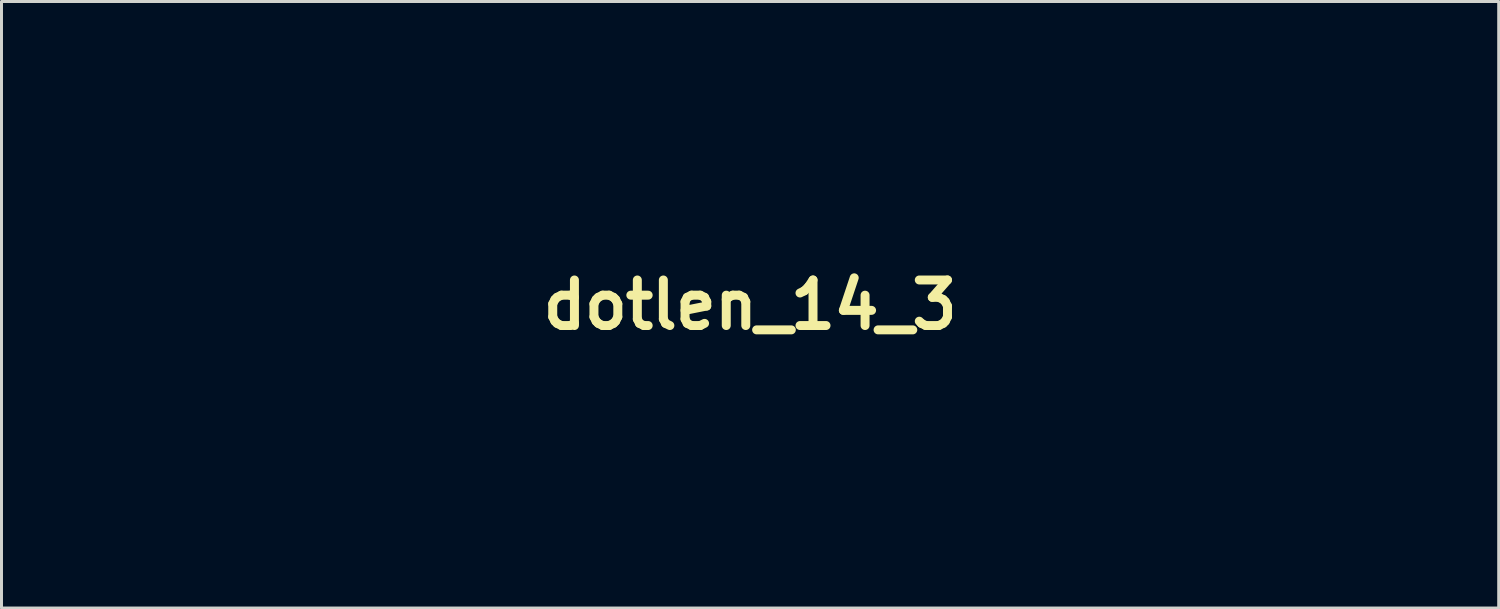
<source format=kicad_pcb>
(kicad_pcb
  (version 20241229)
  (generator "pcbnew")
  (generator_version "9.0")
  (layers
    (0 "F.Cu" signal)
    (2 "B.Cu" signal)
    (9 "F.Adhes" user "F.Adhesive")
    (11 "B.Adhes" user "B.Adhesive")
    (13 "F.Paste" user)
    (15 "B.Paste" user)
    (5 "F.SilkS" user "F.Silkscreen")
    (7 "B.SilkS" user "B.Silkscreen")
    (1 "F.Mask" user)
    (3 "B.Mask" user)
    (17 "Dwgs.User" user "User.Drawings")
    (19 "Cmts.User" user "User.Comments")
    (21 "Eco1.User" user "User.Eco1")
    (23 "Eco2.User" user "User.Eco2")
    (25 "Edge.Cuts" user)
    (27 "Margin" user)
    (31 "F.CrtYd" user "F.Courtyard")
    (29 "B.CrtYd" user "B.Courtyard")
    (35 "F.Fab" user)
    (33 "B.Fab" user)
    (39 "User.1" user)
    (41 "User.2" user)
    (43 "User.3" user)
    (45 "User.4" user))
  (footprint "dotlen_14_3"
    (layer "F.Cu")
    (at 22.049 7.153)
    (property "Reference" "dotlen_14_3" (at 0 0 0) (layer "F.SilkS") (effects (font (size 1.524 1.524) (thickness 0.3))))
    (attr through_hole)
    (fp_poly (pts (xy 18.709 6.604) (xy 17.678 6.604) (xy 17.366 6.603) (xy 17.121 6.601) (xy 16.935 6.597) (xy 16.803 6.591) (xy 16.718 6.583) (xy 16.675 6.572) (xy 16.665 6.559) (xy 16.665 6.559) (xy 16.683 6.518) (xy 16.728 6.418) (xy 16.798 6.263) (xy 16.89 6.059) (xy 17.001 5.813) (xy 17.128 5.53) (xy 17.27 5.217) (xy 17.423 4.879) (xy 17.582 4.527) (xy 18.481 2.54) (xy 20.893 2.54) (xy 18.709 6.604)) (stroke (width 0.01) (type solid)) (fill no) (layer "Eco2.User"))
    (fp_poly (pts (xy -20.519 4.976) (xy -20.292 5.041) (xy -20.097 5.156) (xy -19.946 5.294) (xy -19.791 5.495) (xy -19.701 5.704) (xy -19.671 5.938) (xy -19.675 6.051) (xy -19.728 6.328) (xy -19.843 6.568) (xy -20.018 6.77) (xy -20.253 6.929) (xy -20.317 6.961) (xy -20.514 7.026) (xy -20.745 7.063) (xy -20.986 7.071) (xy -21.208 7.049) (xy -21.343 7.013) (xy -21.584 6.894) (xy -21.787 6.735) (xy -21.936 6.551) (xy -21.94 6.544) (xy -21.993 6.446) (xy -22.024 6.358) (xy -22.039 6.253) (xy -22.043 6.107) (xy -22.044 6.06) (xy -22.041 5.898) (xy -22.028 5.783) (xy -22 5.688) (xy -21.952 5.586) (xy -21.935 5.555) (xy -21.768 5.324) (xy -21.555 5.148) (xy -21.297 5.028) (xy -20.997 4.965) (xy -20.792 4.955) (xy -20.519 4.976)) (stroke (width 0.01) (type solid)) (fill no) (layer "Eco2.User"))
    (fp_poly (pts (xy 20.961 -3.731) (xy 21.248 -3.645) (xy 21.513 -3.504) (xy 21.677 -3.374) (xy 21.789 -3.25) (xy 21.895 -3.101) (xy 21.943 -3.017) (xy 21.994 -2.904) (xy 22.024 -2.802) (xy 22.039 -2.684) (xy 22.043 -2.525) (xy 22.044 -2.486) (xy 22.04 -2.311) (xy 22.026 -2.183) (xy 21.998 -2.074) (xy 21.95 -1.959) (xy 21.949 -1.958) (xy 21.784 -1.688) (xy 21.569 -1.467) (xy 21.309 -1.298) (xy 21.009 -1.186) (xy 20.677 -1.132) (xy 20.525 -1.129) (xy 20.364 -1.134) (xy 20.213 -1.147) (xy 20.099 -1.163) (xy 20.088 -1.165) (xy 19.922 -1.222) (xy 19.74 -1.311) (xy 19.568 -1.417) (xy 19.434 -1.527) (xy 19.406 -1.555) (xy 19.326 -1.663) (xy 19.243 -1.801) (xy 19.199 -1.885) (xy 19.15 -2.005) (xy 19.121 -2.118) (xy 19.109 -2.253) (xy 19.107 -2.395) (xy 19.113 -2.569) (xy 19.13 -2.701) (xy 19.166 -2.823) (xy 19.212 -2.931) (xy 19.363 -3.183) (xy 19.564 -3.391) (xy 19.805 -3.555) (xy 20.075 -3.673) (xy 20.365 -3.743) (xy 20.664 -3.763) (xy 20.961 -3.731)) (stroke (width 0.01) (type solid)) (fill no) (layer "Eco2.User"))
    (fp_poly (pts (xy 16.28 -6.813) (xy 16.391 -6.619) (xy 16.515 -6.372) (xy 16.645 -6.088) (xy 16.774 -5.782) (xy 16.895 -5.471) (xy 16.995 -5.187) (xy 17.225 -4.387) (xy 17.391 -3.558) (xy 17.493 -2.711) (xy 17.53 -1.852) (xy 17.502 -0.992) (xy 17.408 -0.138) (xy 17.395 -0.054) (xy 17.222 0.814) (xy 16.978 1.664) (xy 16.664 2.494) (xy 16.28 3.306) (xy 15.828 4.098) (xy 15.306 4.87) (xy 14.715 5.621) (xy 14.056 6.351) (xy 13.797 6.613) (xy 13.293 7.112) (xy 12.216 7.112) (xy 11.945 7.111) (xy 11.699 7.108) (xy 11.487 7.104) (xy 11.318 7.098) (xy 11.2 7.091) (xy 11.144 7.083) (xy 11.14 7.081) (xy 11.163 7.044) (xy 11.227 6.965) (xy 11.321 6.856) (xy 11.438 6.726) (xy 11.454 6.709) (xy 12.072 6.009) (xy 12.64 5.305) (xy 13.153 4.604) (xy 13.608 3.91) (xy 14 3.231) (xy 14.142 2.957) (xy 14.433 2.324) (xy 14.692 1.649) (xy 14.914 0.954) (xy 15.092 0.261) (xy 15.218 -0.41) (xy 15.22 -0.424) (xy 15.304 -1.163) (xy 15.338 -1.916) (xy 15.324 -2.674) (xy 15.263 -3.426) (xy 15.157 -4.164) (xy 15.006 -4.877) (xy 14.812 -5.556) (xy 14.577 -6.19) (xy 14.383 -6.612) (xy 14.315 -6.749) (xy 14.262 -6.861) (xy 14.23 -6.931) (xy 14.224 -6.948) (xy 14.259 -6.953) (xy 14.357 -6.957) (xy 14.508 -6.961) (xy 14.705 -6.964) (xy 14.936 -6.966) (xy 15.194 -6.967) (xy 15.203 -6.967) (xy 16.183 -6.967) (xy 16.28 -6.813)) (stroke (width 0.01) (type solid)) (fill no) (layer "Eco2.User"))
    (fp_poly (pts (xy 12.647 -6.967) (xy 12.892 -6.966) (xy 13.08 -6.964) (xy 13.216 -6.96) (xy 13.309 -6.955) (xy 13.365 -6.947) (xy 13.392 -6.936) (xy 13.396 -6.922) (xy 13.386 -6.904) (xy 13.386 -6.903) (xy 13.34 -6.85) (xy 13.259 -6.759) (xy 13.156 -6.646) (xy 13.1 -6.586) (xy 12.406 -5.802) (xy 11.784 -5.018) (xy 11.231 -4.23) (xy 10.747 -3.436) (xy 10.331 -2.633) (xy 9.98 -1.819) (xy 9.694 -0.991) (xy 9.471 -0.147) (xy 9.319 0.653) (xy 9.295 0.819) (xy 9.276 0.973) (xy 9.262 1.127) (xy 9.251 1.294) (xy 9.245 1.487) (xy 9.24 1.717) (xy 9.239 1.997) (xy 9.238 2.268) (xy 9.239 2.598) (xy 9.241 2.867) (xy 9.246 3.089) (xy 9.253 3.275) (xy 9.264 3.438) (xy 9.279 3.589) (xy 9.299 3.742) (xy 9.318 3.87) (xy 9.452 4.606) (xy 9.613 5.28) (xy 9.803 5.896) (xy 10.024 6.459) (xy 10.176 6.781) (xy 10.237 6.906) (xy 10.282 7.009) (xy 10.304 7.069) (xy 10.305 7.075) (xy 10.269 7.088) (xy 10.162 7.098) (xy 9.984 7.105) (xy 9.736 7.11) (xy 9.421 7.112) (xy 9.343 7.112) (xy 8.38 7.112) (xy 8.269 6.94) (xy 8.162 6.757) (xy 8.042 6.523) (xy 7.916 6.258) (xy 7.794 5.979) (xy 7.684 5.706) (xy 7.621 5.534) (xy 7.366 4.69) (xy 7.181 3.833) (xy 7.065 2.969) (xy 7.019 2.101) (xy 7.042 1.232) (xy 7.133 0.367) (xy 7.292 -0.49) (xy 7.518 -1.336) (xy 7.81 -2.167) (xy 8.17 -2.979) (xy 8.594 -3.767) (xy 8.88 -4.226) (xy 9.178 -4.663) (xy 9.488 -5.078) (xy 9.823 -5.486) (xy 10.194 -5.901) (xy 10.613 -6.338) (xy 10.669 -6.395) (xy 11.237 -6.967) (xy 12.336 -6.967) (xy 12.647 -6.967)) (stroke (width 0.01) (type solid)) (fill no) (layer "Eco2.User"))
    (fp_poly (pts (xy -13.925 -7.148) (xy -13.61 -7.146) (xy -13.356 -7.144) (xy -13.159 -7.14) (xy -13.013 -7.135) (xy -12.913 -7.128) (xy -12.853 -7.119) (xy -12.829 -7.109) (xy -12.827 -7.103) (xy -12.837 -7.063) (xy -12.86 -6.956) (xy -12.897 -6.785) (xy -12.947 -6.556) (xy -13.008 -6.271) (xy -13.08 -5.934) (xy -13.162 -5.55) (xy -13.254 -5.122) (xy -13.353 -4.655) (xy -13.461 -4.151) (xy -13.575 -3.616) (xy -13.695 -3.052) (xy -13.82 -2.464) (xy -13.949 -1.856) (xy -13.989 -1.669) (xy -14.151 -0.91) (xy -14.297 -0.219) (xy -14.43 0.409) (xy -14.55 0.975) (xy -14.656 1.483) (xy -14.751 1.937) (xy -14.834 2.34) (xy -14.906 2.695) (xy -14.967 3.006) (xy -15.019 3.275) (xy -15.062 3.507) (xy -15.096 3.704) (xy -15.122 3.871) (xy -15.141 4.009) (xy -15.153 4.122) (xy -15.159 4.215) (xy -15.159 4.289) (xy -15.154 4.349) (xy -15.145 4.398) (xy -15.132 4.439) (xy -15.116 4.474) (xy -15.102 4.499) (xy -15.002 4.619) (xy -14.856 4.717) (xy -14.668 4.781) (xy -14.436 4.808) (xy -14.176 4.798) (xy -13.905 4.751) (xy -13.792 4.721) (xy -13.664 4.684) (xy -13.567 4.659) (xy -13.518 4.651) (xy -13.516 4.651) (xy -13.521 4.687) (xy -13.538 4.784) (xy -13.567 4.93) (xy -13.604 5.116) (xy -13.647 5.33) (xy -13.694 5.562) (xy -13.744 5.803) (xy -13.793 6.04) (xy -13.84 6.264) (xy -13.883 6.463) (xy -13.918 6.629) (xy -13.945 6.749) (xy -13.95 6.77) (xy -13.965 6.803) (xy -13.996 6.831) (xy -14.055 6.858) (xy -14.148 6.885) (xy -14.285 6.916) (xy -14.475 6.952) (xy -14.727 6.997) (xy -14.768 7.004) (xy -15.021 7.04) (xy -15.302 7.068) (xy -15.593 7.087) (xy -15.875 7.096) (xy -16.129 7.094) (xy -16.338 7.08) (xy -16.397 7.072) (xy -16.802 6.98) (xy -17.16 6.835) (xy -17.467 6.639) (xy -17.723 6.394) (xy -17.926 6.102) (xy -18.073 5.763) (xy -18.11 5.637) (xy -18.164 5.344) (xy -18.188 4.993) (xy -18.181 4.592) (xy -18.144 4.149) (xy -18.111 3.887) (xy -18.097 3.79) (xy -18.082 3.695) (xy -18.066 3.597) (xy -18.048 3.491) (xy -18.027 3.374) (xy -18.002 3.24) (xy -17.972 3.087) (xy -17.937 2.908) (xy -17.895 2.701) (xy -17.845 2.46) (xy -17.787 2.181) (xy -17.719 1.86) (xy -17.642 1.492) (xy -17.553 1.074) (xy -17.452 0.6) (xy -17.339 0.067) (xy -17.211 -0.53) (xy -17.127 -0.925) (xy -17.025 -1.404) (xy -16.915 -1.919) (xy -16.801 -2.456) (xy -16.685 -3.001) (xy -16.57 -3.54) (xy -16.46 -4.058) (xy -16.357 -4.543) (xy -16.264 -4.98) (xy -16.21 -5.234) (xy -15.804 -7.148) (xy -14.308 -7.148) (xy -13.925 -7.148)) (stroke (width 0.01) (type solid)) (fill no) (layer "Eco2.User"))
    (fp_poly (pts (xy -7.568 -2.806) (xy -7.254 -2.793) (xy -6.974 -2.771) (xy -6.785 -2.744) (xy -6.286 -2.625) (xy -5.838 -2.456) (xy -5.442 -2.239) (xy -5.1 -1.973) (xy -5.028 -1.904) (xy -4.797 -1.647) (xy -4.618 -1.381) (xy -4.474 -1.079) (xy -4.433 -0.974) (xy -4.396 -0.867) (xy -4.37 -0.773) (xy -4.353 -0.675) (xy -4.343 -0.557) (xy -4.338 -0.404) (xy -4.336 -0.198) (xy -4.336 -0.127) (xy -4.339 0.145) (xy -4.351 0.363) (xy -4.375 0.547) (xy -4.415 0.716) (xy -4.477 0.888) (xy -4.562 1.084) (xy -4.608 1.18) (xy -4.805 1.509) (xy -5.069 1.812) (xy -5.397 2.089) (xy -5.788 2.339) (xy -6.238 2.559) (xy -6.747 2.75) (xy -7.312 2.911) (xy -7.93 3.039) (xy -8.6 3.135) (xy -8.763 3.152) (xy -8.975 3.17) (xy -9.221 3.19) (xy -9.485 3.209) (xy -9.752 3.227) (xy -10.007 3.242) (xy -10.234 3.255) (xy -10.419 3.263) (xy -10.537 3.266) (xy -10.57 3.271) (xy -10.589 3.298) (xy -10.595 3.36) (xy -10.592 3.471) (xy -10.586 3.565) (xy -10.536 3.901) (xy -10.43 4.192) (xy -10.267 4.439) (xy -10.044 4.649) (xy -9.763 4.821) (xy -9.491 4.932) (xy -9.194 5.003) (xy -8.859 5.036) (xy -8.472 5.034) (xy -8.432 5.032) (xy -7.969 4.984) (xy -7.475 4.89) (xy -6.97 4.755) (xy -6.472 4.585) (xy -6.003 4.386) (xy -5.942 4.357) (xy -5.799 4.289) (xy -5.684 4.237) (xy -5.609 4.207) (xy -5.588 4.204) (xy -5.595 4.243) (xy -5.615 4.344) (xy -5.647 4.499) (xy -5.687 4.698) (xy -5.736 4.933) (xy -5.79 5.195) (xy -5.812 5.304) (xy -6.037 6.385) (xy -6.422 6.548) (xy -6.805 6.694) (xy -7.231 6.83) (xy -7.671 6.948) (xy -8.095 7.039) (xy -8.128 7.045) (xy -8.378 7.08) (xy -8.672 7.107) (xy -8.992 7.126) (xy -9.321 7.136) (xy -9.641 7.136) (xy -9.933 7.127) (xy -10.181 7.107) (xy -10.283 7.093) (xy -10.826 6.975) (xy -11.324 6.804) (xy -11.774 6.581) (xy -12.175 6.309) (xy -12.525 5.988) (xy -12.821 5.621) (xy -12.91 5.483) (xy -13.128 5.06) (xy -13.295 4.593) (xy -13.41 4.091) (xy -13.474 3.562) (xy -13.487 3.012) (xy -13.449 2.45) (xy -13.36 1.884) (xy -13.235 1.38) (xy -10.373 1.38) (xy -10.338 1.428) (xy -10.254 1.446) (xy -10.113 1.445) (xy -9.915 1.435) (xy -9.704 1.422) (xy -9.487 1.406) (xy -9.291 1.389) (xy -9.162 1.376) (xy -8.673 1.296) (xy -8.245 1.181) (xy -7.877 1.031) (xy -7.827 1.006) (xy -7.649 0.89) (xy -7.475 0.737) (xy -7.324 0.567) (xy -7.211 0.397) (xy -7.171 0.305) (xy -7.119 0.067) (xy -7.119 -0.169) (xy -7.17 -0.387) (xy -7.269 -0.569) (xy -7.304 -0.611) (xy -7.478 -0.746) (xy -7.697 -0.835) (xy -7.95 -0.878) (xy -8.225 -0.875) (xy -8.511 -0.824) (xy -8.797 -0.725) (xy -8.872 -0.69) (xy -9.236 -0.473) (xy -9.556 -0.199) (xy -9.832 0.131) (xy -10.064 0.519) (xy -10.253 0.959) (xy -10.323 1.156) (xy -10.365 1.293) (xy -10.373 1.38) (xy -13.235 1.38) (xy -13.22 1.321) (xy -13.029 0.768) (xy -12.807 0.272) (xy -12.487 -0.29) (xy -12.115 -0.802) (xy -11.694 -1.262) (xy -11.227 -1.668) (xy -10.718 -2.018) (xy -10.17 -2.309) (xy -9.585 -2.538) (xy -8.968 -2.705) (xy -8.745 -2.747) (xy -8.504 -2.778) (xy -8.213 -2.798) (xy -7.894 -2.807) (xy -7.568 -2.806)) (stroke (width 0.01) (type solid)) (fill no) (layer "Eco2.User"))
    (fp_poly (pts (xy 3.211 -2.813) (xy 3.641 -2.753) (xy 4.017 -2.645) (xy 4.343 -2.488) (xy 4.623 -2.281) (xy 4.86 -2.021) (xy 4.93 -1.922) (xy 5.111 -1.593) (xy 5.239 -1.226) (xy 5.315 -0.82) (xy 5.337 -0.37) (xy 5.308 0.125) (xy 5.261 0.472) (xy 5.245 0.561) (xy 5.216 0.712) (xy 5.175 0.919) (xy 5.123 1.175) (xy 5.063 1.474) (xy 4.994 1.81) (xy 4.92 2.175) (xy 4.84 2.564) (xy 4.756 2.97) (xy 4.67 3.387) (xy 4.582 3.808) (xy 4.495 4.227) (xy 4.41 4.637) (xy 4.327 5.032) (xy 4.248 5.405) (xy 4.176 5.751) (xy 4.11 6.062) (xy 4.052 6.331) (xy 4.004 6.554) (xy 3.967 6.723) (xy 3.942 6.831) (xy 3.933 6.867) (xy 3.924 6.883) (xy 3.904 6.896) (xy 3.866 6.906) (xy 3.803 6.914) (xy 3.708 6.92) (xy 3.576 6.925) (xy 3.399 6.928) (xy 3.17 6.929) (xy 2.884 6.93) (xy 2.533 6.931) (xy 2.447 6.931) (xy 2.129 6.93) (xy 1.834 6.929) (xy 1.571 6.927) (xy 1.347 6.925) (xy 1.169 6.922) (xy 1.046 6.918) (xy 0.985 6.914) (xy 0.98 6.913) (xy 0.987 6.876) (xy 1.008 6.773) (xy 1.042 6.609) (xy 1.087 6.392) (xy 1.143 6.125) (xy 1.208 5.814) (xy 1.281 5.465) (xy 1.361 5.083) (xy 1.447 4.673) (xy 1.538 4.242) (xy 1.558 4.146) (xy 1.683 3.554) (xy 1.792 3.029) (xy 1.889 2.566) (xy 1.972 2.161) (xy 2.044 1.81) (xy 2.104 1.508) (xy 2.154 1.252) (xy 2.195 1.037) (xy 2.227 0.859) (xy 2.251 0.713) (xy 2.268 0.595) (xy 2.279 0.502) (xy 2.285 0.428) (xy 2.286 0.383) (xy 2.255 0.126) (xy 2.167 -0.108) (xy 2.028 -0.305) (xy 1.846 -0.454) (xy 1.801 -0.479) (xy 1.631 -0.534) (xy 1.421 -0.555) (xy 1.193 -0.543) (xy 0.972 -0.498) (xy 0.896 -0.472) (xy 0.648 -0.353) (xy 0.382 -0.18) (xy 0.112 0.034) (xy -0.149 0.277) (xy -0.386 0.538) (xy -0.579 0.794) (xy -0.69 0.975) (xy -0.808 1.194) (xy -0.923 1.43) (xy -1.025 1.662) (xy -1.104 1.869) (xy -1.137 1.978) (xy -1.153 2.042) (xy -1.181 2.169) (xy -1.22 2.35) (xy -1.27 2.578) (xy -1.327 2.846) (xy -1.392 3.148) (xy -1.462 3.476) (xy -1.535 3.823) (xy -1.611 4.182) (xy -1.688 4.547) (xy -1.765 4.909) (xy -1.839 5.261) (xy -1.909 5.598) (xy -1.975 5.911) (xy -2.034 6.194) (xy -2.084 6.439) (xy -2.125 6.639) (xy -2.156 6.788) (xy -2.173 6.879) (xy -2.177 6.903) (xy -2.212 6.909) (xy -2.312 6.915) (xy -2.47 6.92) (xy -2.677 6.924) (xy -2.926 6.927) (xy -3.21 6.929) (xy -3.521 6.93) (xy -3.663 6.931) (xy -3.984 6.93) (xy -4.282 6.928) (xy -4.549 6.925) (xy -4.777 6.921) (xy -4.959 6.917) (xy -5.088 6.912) (xy -5.155 6.906) (xy -5.162 6.903) (xy -5.157 6.865) (xy -5.137 6.76) (xy -5.104 6.595) (xy -5.058 6.374) (xy -5.001 6.103) (xy -4.935 5.786) (xy -4.859 5.429) (xy -4.775 5.037) (xy -4.684 4.615) (xy -4.587 4.168) (xy -4.494 3.737) (xy -4.388 3.251) (xy -4.284 2.769) (xy -4.183 2.3) (xy -4.086 1.85) (xy -3.995 1.425) (xy -3.912 1.033) (xy -3.837 0.68) (xy -3.773 0.373) (xy -3.72 0.12) (xy -3.681 -0.074) (xy -3.663 -0.163) (xy -3.628 -0.349) (xy -3.588 -0.572) (xy -3.544 -0.822) (xy -3.498 -1.088) (xy -3.451 -1.36) (xy -3.407 -1.627) (xy -3.365 -1.879) (xy -3.329 -2.106) (xy -3.299 -2.298) (xy -3.278 -2.443) (xy -3.267 -2.531) (xy -3.266 -2.549) (xy -3.231 -2.555) (xy -3.131 -2.56) (xy -2.974 -2.565) (xy -2.767 -2.57) (xy -2.518 -2.573) (xy -2.236 -2.575) (xy -1.926 -2.576) (xy -1.812 -2.576) (xy -0.358 -2.576) (xy -0.382 -2.368) (xy -0.394 -2.264) (xy -0.414 -2.105) (xy -0.438 -1.905) (xy -0.466 -1.681) (xy -0.492 -1.471) (xy -0.518 -1.257) (xy -0.54 -1.069) (xy -0.557 -0.918) (xy -0.567 -0.817) (xy -0.569 -0.775) (xy -0.569 -0.774) (xy -0.543 -0.796) (xy -0.482 -0.863) (xy -0.394 -0.963) (xy -0.319 -1.05) (xy 0.042 -1.436) (xy 0.434 -1.783) (xy 0.851 -2.087) (xy 1.284 -2.343) (xy 1.726 -2.549) (xy 2.169 -2.699) (xy 2.605 -2.792) (xy 3.027 -2.821) (xy 3.211 -2.813)) (stroke (width 0.01) (type solid)) (fill no) (layer "Eco2.User")))
  (gr_rect
    (start -3 -3)
    (end 47.097 17.295)
    (stroke (width 0.1) (type default))
    (fill no)
    (layer "Edge.Cuts")))
</source>
